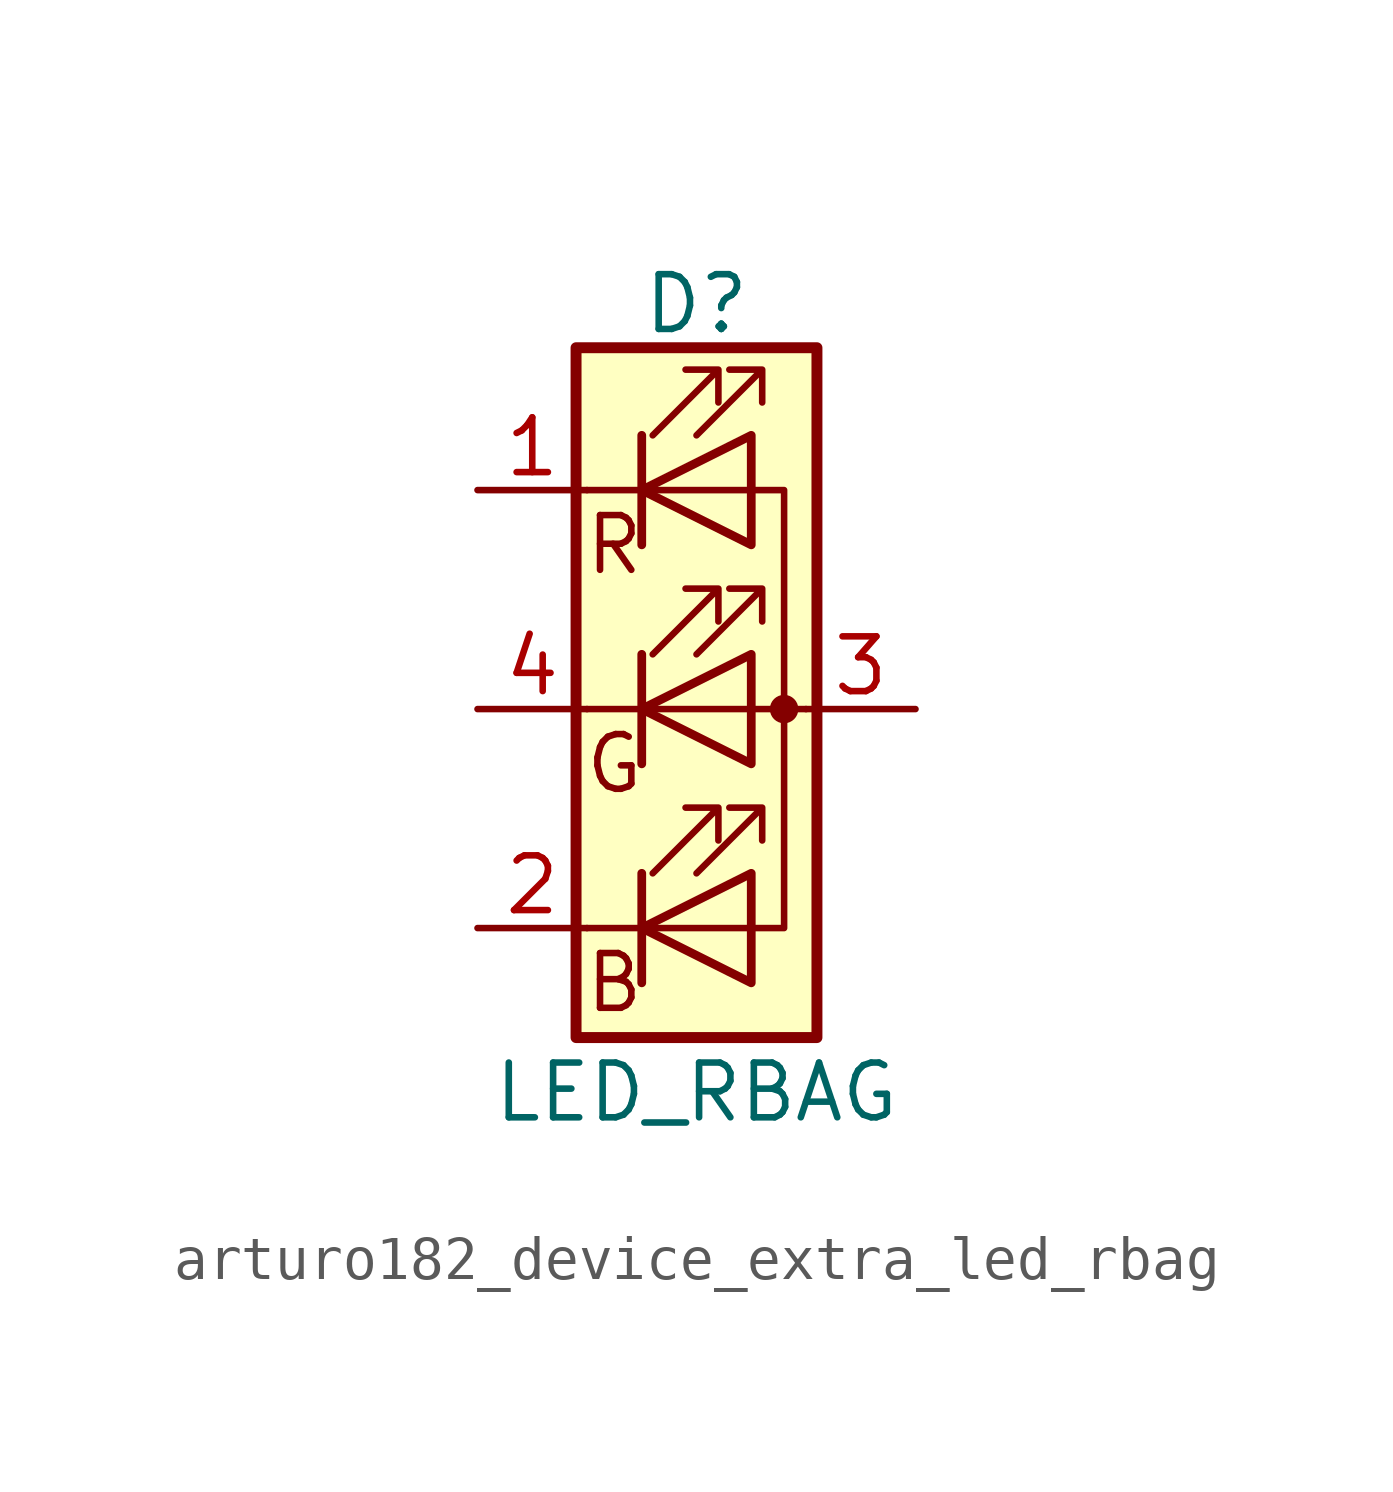
<source format=kicad_sym>
(kicad_symbol_lib
  (version 20220914)
  (generator kicad_symbol_editor)
  (symbol "arturo182_device_extra_led_rbag"
    (pin_names
      (offset 0) hide)
    (property "Reference" "D"
      (at 0 9.398 0)
      (effects (font (size 1.27 1.27))))
    (property "Value" "LED_RBAG"
      (at 0 -8.89 0)
      (effects (font (size 1.27 1.27))))
    (symbol "arturo182_device_extra_led_rbag_0_0"
      (text "B" (at -1.905 -6.35 0) (effects (font (size 1.27 1.27))))
      (text "G" (at -1.905 -1.27 0) (effects (font (size 1.27 1.27))))
      (text "R" (at -1.905 3.81 0) (effects (font (size 1.27 1.27)))))
    (symbol "arturo182_device_extra_led_rbag_0_1"
      (polyline (pts (xy -1.27 -5.08) (xy -2.54 -5.08)) (stroke (width 0) (type default)) (fill (type none)))
      (polyline (pts (xy -1.27 -5.08) (xy 1.27 -5.08)) (stroke (width 0) (type default)) (fill (type none)))
      (polyline (pts (xy -1.27 -3.81) (xy -1.27 -6.35)) (stroke (width 0) (type default)) (fill (type none)))
      (polyline (pts (xy -1.27 -3.81) (xy -1.27 -6.35)) (stroke (width 0.203) (type default)) (fill (type none)))
      (polyline (pts (xy -1.27 0) (xy -2.54 0)) (stroke (width 0) (type default)) (fill (type none)))
      (polyline (pts (xy -1.27 0) (xy 1.27 0)) (stroke (width 0) (type default)) (fill (type none)))
      (polyline (pts (xy -1.27 1.27) (xy -1.27 -1.27)) (stroke (width 0.203) (type default)) (fill (type none)))
      (polyline (pts (xy -1.27 5.08) (xy -2.54 5.08)) (stroke (width 0) (type default)) (fill (type none)))
      (polyline (pts (xy -1.27 6.35) (xy -1.27 3.81)) (stroke (width 0.203) (type default)) (fill (type none)))
      (polyline (pts (xy 1.27 0) (xy 2.54 0)) (stroke (width 0) (type default)) (fill (type none)))
      (polyline (pts (xy 1.27 5.08) (xy -1.27 5.08)) (stroke (width 0) (type default)) (fill (type none)))
      (polyline (pts (xy -1.27 1.27) (xy -1.27 -1.27) (xy -1.27 -1.27)) (stroke (width 0) (type default)) (fill (type none)))
      (polyline (pts (xy -1.27 6.35) (xy -1.27 3.81) (xy -1.27 3.81)) (stroke (width 0) (type default)) (fill (type none)))
      (polyline (pts (xy 1.27 -5.08) (xy 2.032 -5.08) (xy 2.032 5.08) (xy 1.27 5.08)) (stroke (width 0) (type default)) (fill (type none)))
      (polyline (pts (xy 1.27 -3.81) (xy 1.27 -6.35) (xy -1.27 -5.08) (xy 1.27 -3.81)) (stroke (width 0.203) (type default)) (fill (type none)))
      (polyline (pts (xy 1.27 1.27) (xy 1.27 -1.27) (xy -1.27 0) (xy 1.27 1.27)) (stroke (width 0.203) (type default)) (fill (type none)))
      (polyline (pts (xy 1.27 6.35) (xy 1.27 3.81) (xy -1.27 5.08) (xy 1.27 6.35)) (stroke (width 0.203) (type default)) (fill (type none)))
      (polyline (pts (xy -1.016 -3.81) (xy 0.508 -2.286) (xy -0.254 -2.286) (xy 0.508 -2.286) (xy 0.508 -3.048)) (stroke (width 0) (type default)) (fill (type none)))
      (polyline (pts (xy -1.016 1.27) (xy 0.508 2.794) (xy -0.254 2.794) (xy 0.508 2.794) (xy 0.508 2.032)) (stroke (width 0) (type default)) (fill (type none)))
      (polyline (pts (xy -1.016 6.35) (xy 0.508 7.874) (xy -0.254 7.874) (xy 0.508 7.874) (xy 0.508 7.112)) (stroke (width 0) (type default)) (fill (type none)))
      (polyline (pts (xy 0 -3.81) (xy 1.524 -2.286) (xy 0.762 -2.286) (xy 1.524 -2.286) (xy 1.524 -3.048)) (stroke (width 0) (type default)) (fill (type none)))
      (polyline (pts (xy 0 1.27) (xy 1.524 2.794) (xy 0.762 2.794) (xy 1.524 2.794) (xy 1.524 2.032)) (stroke (width 0) (type default)) (fill (type none)))
      (polyline (pts (xy 0 6.35) (xy 1.524 7.874) (xy 0.762 7.874) (xy 1.524 7.874) (xy 1.524 7.112)) (stroke (width 0) (type default)) (fill (type none)))
      (rectangle (start 1.27 -1.27) (end 1.27 1.27) (stroke (width 0) (type default)) (fill (type none)))
      (rectangle (start 1.27 1.27) (end 1.27 1.27) (stroke (width 0) (type default)) (fill (type none)))
      (rectangle (start 1.27 3.81) (end 1.27 6.35) (stroke (width 0) (type default)) (fill (type none)))
      (rectangle (start 1.27 6.35) (end 1.27 6.35) (stroke (width 0) (type default)) (fill (type none)))
      (circle (center 2.032 0) (radius 0.254) (stroke (width 0) (type default)) (fill (type outline)))
      (rectangle (start 2.794 8.382) (end -2.794 -7.62) (stroke (width 0.254) (type default)) (fill (type background))))
    (symbol "arturo182_device_extra_led_rbag_1_1"
      (pin passive line (at -5.08 5.08 0) (length 2.54) (name "RK" (effects (font (size 1.27 1.27)))) (number "1" (effects (font (size 1.27 1.27)))))
      (pin passive line (at -5.08 -5.08 0) (length 2.54) (name "BK" (effects (font (size 1.27 1.27)))) (number "2" (effects (font (size 1.27 1.27)))))
      (pin passive line (at 5.08 0 180) (length 2.54) (name "A" (effects (font (size 1.27 1.27)))) (number "3" (effects (font (size 1.27 1.27)))))
      (pin passive line (at -5.08 0 0) (length 2.54) (name "GK" (effects (font (size 1.27 1.27)))) (number "4" (effects (font (size 1.27 1.27))))))))
</source>
